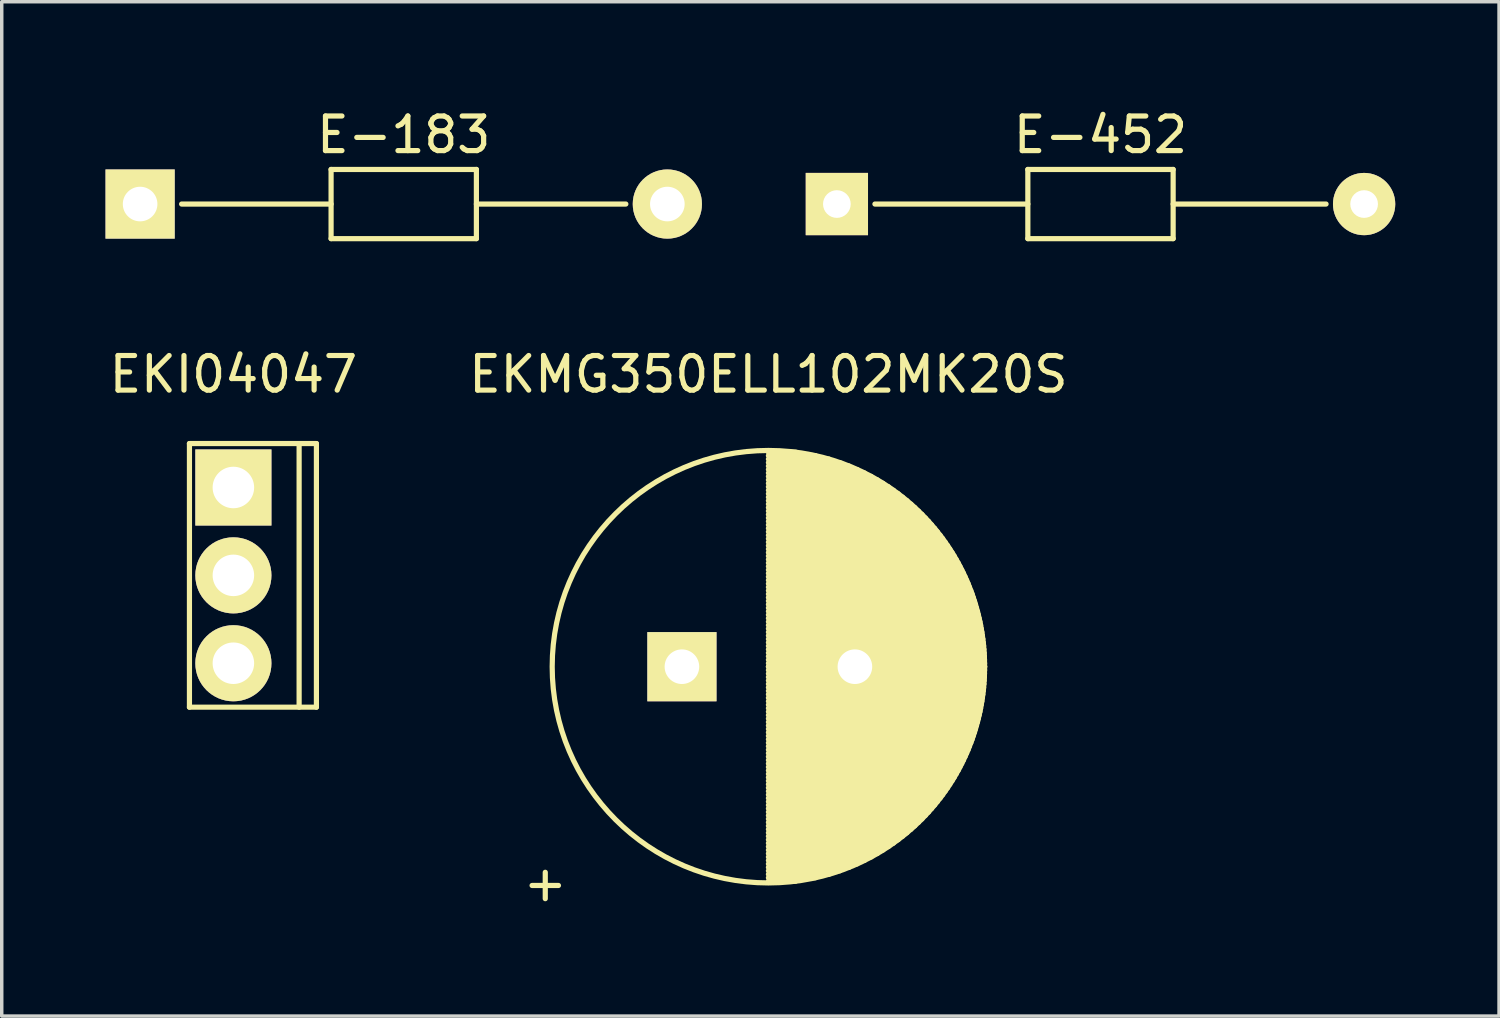
<source format=kicad_pcb>
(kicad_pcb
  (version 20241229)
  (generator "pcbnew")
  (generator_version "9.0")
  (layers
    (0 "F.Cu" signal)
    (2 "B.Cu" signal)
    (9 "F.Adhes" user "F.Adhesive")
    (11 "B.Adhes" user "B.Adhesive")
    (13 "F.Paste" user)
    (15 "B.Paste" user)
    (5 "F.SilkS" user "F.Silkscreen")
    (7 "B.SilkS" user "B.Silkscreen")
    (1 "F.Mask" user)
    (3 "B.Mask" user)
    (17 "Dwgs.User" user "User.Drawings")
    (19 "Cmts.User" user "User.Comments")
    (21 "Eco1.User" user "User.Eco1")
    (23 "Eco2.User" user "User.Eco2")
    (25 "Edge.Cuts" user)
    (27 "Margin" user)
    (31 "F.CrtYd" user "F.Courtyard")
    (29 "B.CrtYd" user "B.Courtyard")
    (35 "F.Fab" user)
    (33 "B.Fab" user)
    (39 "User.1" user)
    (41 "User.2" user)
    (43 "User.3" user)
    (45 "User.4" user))
  (footprint "EKMG350ELL102MK20S"
    (layer "F.Cu")
    (at 16.661 16.221)
    (property "Reference" "EKMG350ELL102MK20S" (at 2.5 -8.45 0) (layer "F.SilkS") (effects (font (size 1 1) (thickness 0.15))))
    (attr through_hole)
    (fp_line (start 2.5 -6.2) (end 3.289 -6.2) (stroke (width 0.15) (type solid)) (layer "F.SilkS"))
    (fp_line (start 2.5 -6.1) (end 3.861 -6.1) (stroke (width 0.15) (type solid)) (layer "F.SilkS"))
    (fp_line (start 2.5 -6) (end 4.25 -6) (stroke (width 0.15) (type solid)) (layer "F.SilkS"))
    (fp_line (start 2.5 -5.9) (end 4.562 -5.9) (stroke (width 0.15) (type solid)) (layer "F.SilkS"))
    (fp_line (start 2.5 -5.8) (end 4.829 -5.8) (stroke (width 0.15) (type solid)) (layer "F.SilkS"))
    (fp_line (start 2.5 -5.7) (end 5.064 -5.7) (stroke (width 0.15) (type solid)) (layer "F.SilkS"))
    (fp_line (start 2.5 -5.6) (end 5.275 -5.6) (stroke (width 0.15) (type solid)) (layer "F.SilkS"))
    (fp_line (start 2.5 -5.5) (end 5.469 -5.5) (stroke (width 0.15) (type solid)) (layer "F.SilkS"))
    (fp_line (start 2.5 -5.4) (end 5.647 -5.4) (stroke (width 0.15) (type solid)) (layer "F.SilkS"))
    (fp_line (start 2.5 -5.3) (end 5.812 -5.3) (stroke (width 0.15) (type solid)) (layer "F.SilkS"))
    (fp_line (start 2.5 -5.2) (end 5.967 -5.2) (stroke (width 0.15) (type solid)) (layer "F.SilkS"))
    (fp_line (start 2.5 -5.1) (end 6.113 -5.1) (stroke (width 0.15) (type solid)) (layer "F.SilkS"))
    (fp_line (start 2.5 -5) (end 6.25 -5) (stroke (width 0.15) (type solid)) (layer "F.SilkS"))
    (fp_line (start 2.5 -4.9) (end 6.38 -4.9) (stroke (width 0.15) (type solid)) (layer "F.SilkS"))
    (fp_line (start 2.5 -4.8) (end 6.503 -4.8) (stroke (width 0.15) (type solid)) (layer "F.SilkS"))
    (fp_line (start 2.5 -4.7) (end 6.62 -4.7) (stroke (width 0.15) (type solid)) (layer "F.SilkS"))
    (fp_line (start 2.5 -4.6) (end 6.731 -4.6) (stroke (width 0.15) (type solid)) (layer "F.SilkS"))
    (fp_line (start 2.5 -4.5) (end 6.837 -4.5) (stroke (width 0.15) (type solid)) (layer "F.SilkS"))
    (fp_line (start 2.5 -4.4) (end 6.939 -4.4) (stroke (width 0.15) (type solid)) (layer "F.SilkS"))
    (fp_line (start 2.5 -4.3) (end 7.036 -4.3) (stroke (width 0.15) (type solid)) (layer "F.SilkS"))
    (fp_line (start 2.5 -4.2) (end 7.128 -4.2) (stroke (width 0.15) (type solid)) (layer "F.SilkS"))
    (fp_line (start 2.5 -4.1) (end 7.217 -4.1) (stroke (width 0.15) (type solid)) (layer "F.SilkS"))
    (fp_line (start 2.5 -4) (end 7.302 -4) (stroke (width 0.15) (type solid)) (layer "F.SilkS"))
    (fp_line (start 2.5 -3.9) (end 7.384 -3.9) (stroke (width 0.15) (type solid)) (layer "F.SilkS"))
    (fp_line (start 2.5 -3.8) (end 7.462 -3.8) (stroke (width 0.15) (type solid)) (layer "F.SilkS"))
    (fp_line (start 2.5 -3.7) (end 7.537 -3.7) (stroke (width 0.15) (type solid)) (layer "F.SilkS"))
    (fp_line (start 2.5 -3.6) (end 7.609 -3.6) (stroke (width 0.15) (type solid)) (layer "F.SilkS"))
    (fp_line (start 2.5 -3.5) (end 7.678 -3.5) (stroke (width 0.15) (type solid)) (layer "F.SilkS"))
    (fp_line (start 2.5 -3.4) (end 7.744 -3.4) (stroke (width 0.15) (type solid)) (layer "F.SilkS"))
    (fp_line (start 2.5 -3.3) (end 7.808 -3.3) (stroke (width 0.15) (type solid)) (layer "F.SilkS"))
    (fp_line (start 2.5 -3.2) (end 7.869 -3.2) (stroke (width 0.15) (type solid)) (layer "F.SilkS"))
    (fp_line (start 2.5 -3.1) (end 7.927 -3.1) (stroke (width 0.15) (type solid)) (layer "F.SilkS"))
    (fp_line (start 2.5 -3) (end 7.983 -3) (stroke (width 0.15) (type solid)) (layer "F.SilkS"))
    (fp_line (start 2.5 -2.9) (end 8.036 -2.9) (stroke (width 0.15) (type solid)) (layer "F.SilkS"))
    (fp_line (start 2.5 -2.8) (end 8.088 -2.8) (stroke (width 0.15) (type solid)) (layer "F.SilkS"))
    (fp_line (start 2.5 -2.7) (end 8.137 -2.7) (stroke (width 0.15) (type solid)) (layer "F.SilkS"))
    (fp_line (start 2.5 -2.6) (end 8.184 -2.6) (stroke (width 0.15) (type solid)) (layer "F.SilkS"))
    (fp_line (start 2.5 -2.5) (end 8.228 -2.5) (stroke (width 0.15) (type solid)) (layer "F.SilkS"))
    (fp_line (start 2.5 -2.4) (end 8.271 -2.4) (stroke (width 0.15) (type solid)) (layer "F.SilkS"))
    (fp_line (start 2.5 -2.3) (end 8.311 -2.3) (stroke (width 0.15) (type solid)) (layer "F.SilkS"))
    (fp_line (start 2.5 -2.2) (end 8.35 -2.2) (stroke (width 0.15) (type solid)) (layer "F.SilkS"))
    (fp_line (start 2.5 -2.1) (end 8.387 -2.1) (stroke (width 0.15) (type solid)) (layer "F.SilkS"))
    (fp_line (start 2.5 -2) (end 8.421 -2) (stroke (width 0.15) (type solid)) (layer "F.SilkS"))
    (fp_line (start 2.5 -1.9) (end 8.454 -1.9) (stroke (width 0.15) (type solid)) (layer "F.SilkS"))
    (fp_line (start 2.5 -1.8) (end 8.485 -1.8) (stroke (width 0.15) (type solid)) (layer "F.SilkS"))
    (fp_line (start 2.5 -1.7) (end 8.514 -1.7) (stroke (width 0.15) (type solid)) (layer "F.SilkS"))
    (fp_line (start 2.5 -1.6) (end 8.542 -1.6) (stroke (width 0.15) (type solid)) (layer "F.SilkS"))
    (fp_line (start 2.5 -1.5) (end 8.567 -1.5) (stroke (width 0.15) (type solid)) (layer "F.SilkS"))
    (fp_line (start 2.5 -1.4) (end 8.591 -1.4) (stroke (width 0.15) (type solid)) (layer "F.SilkS"))
    (fp_line (start 2.5 -1.3) (end 8.613 -1.3) (stroke (width 0.15) (type solid)) (layer "F.SilkS"))
    (fp_line (start 2.5 -1.2) (end 8.634 -1.2) (stroke (width 0.15) (type solid)) (layer "F.SilkS"))
    (fp_line (start 2.5 -1.1) (end 8.652 -1.1) (stroke (width 0.15) (type solid)) (layer "F.SilkS"))
    (fp_line (start 2.5 -1) (end 8.669 -1) (stroke (width 0.15) (type solid)) (layer "F.SilkS"))
    (fp_line (start 2.5 -0.9) (end 8.685 -0.9) (stroke (width 0.15) (type solid)) (layer "F.SilkS"))
    (fp_line (start 2.5 -0.8) (end 8.699 -0.8) (stroke (width 0.15) (type solid)) (layer "F.SilkS"))
    (fp_line (start 2.5 -0.7) (end 8.711 -0.7) (stroke (width 0.15) (type solid)) (layer "F.SilkS"))
    (fp_line (start 2.5 -0.6) (end 8.721 -0.6) (stroke (width 0.15) (type solid)) (layer "F.SilkS"))
    (fp_line (start 2.5 -0.5) (end 8.73 -0.5) (stroke (width 0.15) (type solid)) (layer "F.SilkS"))
    (fp_line (start 2.5 -0.4) (end 8.737 -0.4) (stroke (width 0.15) (type solid)) (layer "F.SilkS"))
    (fp_line (start 2.5 -0.3) (end 8.743 -0.3) (stroke (width 0.15) (type solid)) (layer "F.SilkS"))
    (fp_line (start 2.5 -0.2) (end 8.747 -0.2) (stroke (width 0.15) (type solid)) (layer "F.SilkS"))
    (fp_line (start 2.5 -0.1) (end 8.749 -0.1) (stroke (width 0.15) (type solid)) (layer "F.SilkS"))
    (fp_line (start 2.5 0) (end 8.75 0) (stroke (width 0.15) (type solid)) (layer "F.SilkS"))
    (fp_line (start 2.5 0) (end 8.75 0) (stroke (width 0.15) (type solid)) (layer "F.SilkS"))
    (fp_line (start 2.5 0.1) (end 8.749 0.1) (stroke (width 0.15) (type solid)) (layer "F.SilkS"))
    (fp_line (start 2.5 0.2) (end 8.747 0.2) (stroke (width 0.15) (type solid)) (layer "F.SilkS"))
    (fp_line (start 2.5 0.3) (end 8.743 0.3) (stroke (width 0.15) (type solid)) (layer "F.SilkS"))
    (fp_line (start 2.5 0.4) (end 8.737 0.4) (stroke (width 0.15) (type solid)) (layer "F.SilkS"))
    (fp_line (start 2.5 0.5) (end 8.73 0.5) (stroke (width 0.15) (type solid)) (layer "F.SilkS"))
    (fp_line (start 2.5 0.6) (end 8.721 0.6) (stroke (width 0.15) (type solid)) (layer "F.SilkS"))
    (fp_line (start 2.5 0.7) (end 8.711 0.7) (stroke (width 0.15) (type solid)) (layer "F.SilkS"))
    (fp_line (start 2.5 0.8) (end 8.699 0.8) (stroke (width 0.15) (type solid)) (layer "F.SilkS"))
    (fp_line (start 2.5 0.9) (end 8.685 0.9) (stroke (width 0.15) (type solid)) (layer "F.SilkS"))
    (fp_line (start 2.5 1) (end 8.669 1) (stroke (width 0.15) (type solid)) (layer "F.SilkS"))
    (fp_line (start 2.5 1.1) (end 8.652 1.1) (stroke (width 0.15) (type solid)) (layer "F.SilkS"))
    (fp_line (start 2.5 1.2) (end 8.634 1.2) (stroke (width 0.15) (type solid)) (layer "F.SilkS"))
    (fp_line (start 2.5 1.3) (end 8.613 1.3) (stroke (width 0.15) (type solid)) (layer "F.SilkS"))
    (fp_line (start 2.5 1.4) (end 8.591 1.4) (stroke (width 0.15) (type solid)) (layer "F.SilkS"))
    (fp_line (start 2.5 1.5) (end 8.567 1.5) (stroke (width 0.15) (type solid)) (layer "F.SilkS"))
    (fp_line (start 2.5 1.6) (end 8.542 1.6) (stroke (width 0.15) (type solid)) (layer "F.SilkS"))
    (fp_line (start 2.5 1.7) (end 8.514 1.7) (stroke (width 0.15) (type solid)) (layer "F.SilkS"))
    (fp_line (start 2.5 1.8) (end 8.485 1.8) (stroke (width 0.15) (type solid)) (layer "F.SilkS"))
    (fp_line (start 2.5 1.9) (end 8.454 1.9) (stroke (width 0.15) (type solid)) (layer "F.SilkS"))
    (fp_line (start 2.5 2) (end 8.421 2) (stroke (width 0.15) (type solid)) (layer "F.SilkS"))
    (fp_line (start 2.5 2.1) (end 8.387 2.1) (stroke (width 0.15) (type solid)) (layer "F.SilkS"))
    (fp_line (start 2.5 2.2) (end 8.35 2.2) (stroke (width 0.15) (type solid)) (layer "F.SilkS"))
    (fp_line (start 2.5 2.3) (end 8.311 2.3) (stroke (width 0.15) (type solid)) (layer "F.SilkS"))
    (fp_line (start 2.5 2.4) (end 8.271 2.4) (stroke (width 0.15) (type solid)) (layer "F.SilkS"))
    (fp_line (start 2.5 2.5) (end 8.228 2.5) (stroke (width 0.15) (type solid)) (layer "F.SilkS"))
    (fp_line (start 2.5 2.6) (end 8.184 2.6) (stroke (width 0.15) (type solid)) (layer "F.SilkS"))
    (fp_line (start 2.5 2.7) (end 8.137 2.7) (stroke (width 0.15) (type solid)) (layer "F.SilkS"))
    (fp_line (start 2.5 2.8) (end 8.088 2.8) (stroke (width 0.15) (type solid)) (layer "F.SilkS"))
    (fp_line (start 2.5 2.9) (end 8.036 2.9) (stroke (width 0.15) (type solid)) (layer "F.SilkS"))
    (fp_line (start 2.5 3) (end 7.983 3) (stroke (width 0.15) (type solid)) (layer "F.SilkS"))
    (fp_line (start 2.5 3.1) (end 7.927 3.1) (stroke (width 0.15) (type solid)) (layer "F.SilkS"))
    (fp_line (start 2.5 3.2) (end 7.869 3.2) (stroke (width 0.15) (type solid)) (layer "F.SilkS"))
    (fp_line (start 2.5 3.3) (end 7.808 3.3) (stroke (width 0.15) (type solid)) (layer "F.SilkS"))
    (fp_line (start 2.5 3.4) (end 7.744 3.4) (stroke (width 0.15) (type solid)) (layer "F.SilkS"))
    (fp_line (start 2.5 3.5) (end 7.678 3.5) (stroke (width 0.15) (type solid)) (layer "F.SilkS"))
    (fp_line (start 2.5 3.6) (end 7.609 3.6) (stroke (width 0.15) (type solid)) (layer "F.SilkS"))
    (fp_line (start 2.5 3.7) (end 7.537 3.7) (stroke (width 0.15) (type solid)) (layer "F.SilkS"))
    (fp_line (start 2.5 3.8) (end 7.462 3.8) (stroke (width 0.15) (type solid)) (layer "F.SilkS"))
    (fp_line (start 2.5 3.9) (end 7.384 3.9) (stroke (width 0.15) (type solid)) (layer "F.SilkS"))
    (fp_line (start 2.5 4) (end 7.302 4) (stroke (width 0.15) (type solid)) (layer "F.SilkS"))
    (fp_line (start 2.5 4.1) (end 7.217 4.1) (stroke (width 0.15) (type solid)) (layer "F.SilkS"))
    (fp_line (start 2.5 4.2) (end 7.128 4.2) (stroke (width 0.15) (type solid)) (layer "F.SilkS"))
    (fp_line (start 2.5 4.3) (end 7.036 4.3) (stroke (width 0.15) (type solid)) (layer "F.SilkS"))
    (fp_line (start 2.5 4.4) (end 6.939 4.4) (stroke (width 0.15) (type solid)) (layer "F.SilkS"))
    (fp_line (start 2.5 4.5) (end 6.837 4.5) (stroke (width 0.15) (type solid)) (layer "F.SilkS"))
    (fp_line (start 2.5 4.6) (end 6.731 4.6) (stroke (width 0.15) (type solid)) (layer "F.SilkS"))
    (fp_line (start 2.5 4.7) (end 6.62 4.7) (stroke (width 0.15) (type solid)) (layer "F.SilkS"))
    (fp_line (start 2.5 4.8) (end 6.503 4.8) (stroke (width 0.15) (type solid)) (layer "F.SilkS"))
    (fp_line (start 2.5 4.9) (end 6.38 4.9) (stroke (width 0.15) (type solid)) (layer "F.SilkS"))
    (fp_line (start 2.5 5) (end 6.25 5) (stroke (width 0.15) (type solid)) (layer "F.SilkS"))
    (fp_line (start 2.5 5.1) (end 6.113 5.1) (stroke (width 0.15) (type solid)) (layer "F.SilkS"))
    (fp_line (start 2.5 5.2) (end 5.967 5.2) (stroke (width 0.15) (type solid)) (layer "F.SilkS"))
    (fp_line (start 2.5 5.3) (end 5.812 5.3) (stroke (width 0.15) (type solid)) (layer "F.SilkS"))
    (fp_line (start 2.5 5.4) (end 5.647 5.4) (stroke (width 0.15) (type solid)) (layer "F.SilkS"))
    (fp_line (start 2.5 5.5) (end 5.469 5.5) (stroke (width 0.15) (type solid)) (layer "F.SilkS"))
    (fp_line (start 2.5 5.6) (end 5.275 5.6) (stroke (width 0.15) (type solid)) (layer "F.SilkS"))
    (fp_line (start 2.5 5.7) (end 5.064 5.7) (stroke (width 0.15) (type solid)) (layer "F.SilkS"))
    (fp_line (start 2.5 5.8) (end 4.829 5.8) (stroke (width 0.15) (type solid)) (layer "F.SilkS"))
    (fp_line (start 2.5 5.9) (end 4.562 5.9) (stroke (width 0.15) (type solid)) (layer "F.SilkS"))
    (fp_line (start 2.5 6) (end 4.25 6) (stroke (width 0.15) (type solid)) (layer "F.SilkS"))
    (fp_line (start 2.5 6.1) (end 3.861 6.1) (stroke (width 0.15) (type solid)) (layer "F.SilkS"))
    (fp_line (start 2.5 6.2) (end 3.289 6.2) (stroke (width 0.15) (type solid)) (layer "F.SilkS"))
    (fp_circle (center 2.5 0) (end 2.5 -6.25) (stroke (width 0.15) (type solid)) (fill no) (layer "F.SilkS"))
    (fp_text user "+" (at -3.95 6.25 0) (layer "F.SilkS") (effects (font (size 1 1) (thickness 0.15))))
    (pad "1" thru_hole rect (at 0 0) (size 2 2) (drill 1) (layers "*.Cu" "*.Mask" "F.SilkS"))
    (pad "2" thru_hole circle (at 5 0) (size 2 2) (drill 1) (layers "*.Cu" "*.Mask" "F.SilkS")))
  (footprint "E-452"
    (layer "F.Cu")
    (at 21.14 2.848)
    (property "Reference" "E-452" (at 7.62 -2 0) (layer "F.SilkS") (effects (font (size 1 1) (thickness 0.15))))
    (attr through_hole)
    (fp_line (start 1.1 0) (end 5.52 0) (stroke (width 0.15) (type solid)) (layer "F.SilkS"))
    (fp_line (start 5.52 -1) (end 5.52 1) (stroke (width 0.15) (type solid)) (layer "F.SilkS"))
    (fp_line (start 5.52 -1) (end 9.72 -1) (stroke (width 0.15) (type solid)) (layer "F.SilkS"))
    (fp_line (start 5.52 1) (end 9.72 1) (stroke (width 0.15) (type solid)) (layer "F.SilkS"))
    (fp_line (start 9.72 0) (end 14.14 0) (stroke (width 0.15) (type solid)) (layer "F.SilkS"))
    (fp_line (start 9.72 1) (end 9.72 -1) (stroke (width 0.15) (type solid)) (layer "F.SilkS"))
    (pad "1" thru_hole rect (at 0 0) (size 1.8 1.8) (drill 0.8) (layers "*.Cu" "*.Mask" "F.SilkS"))
    (pad "2" thru_hole circle (at 15.24 0) (size 1.8 1.8) (drill 0.8) (layers "*.Cu" "*.Mask" "F.SilkS")))
  (footprint "E-183"
    (layer "F.Cu")
    (at 1 2.848)
    (property "Reference" "E-183" (at 7.62 -2 0) (layer "F.SilkS") (effects (font (size 1 1) (thickness 0.15))))
    (attr through_hole)
    (fp_line (start 1.2 0) (end 5.52 0) (stroke (width 0.15) (type solid)) (layer "F.SilkS"))
    (fp_line (start 5.52 -1) (end 5.52 1) (stroke (width 0.15) (type solid)) (layer "F.SilkS"))
    (fp_line (start 5.52 -1) (end 9.72 -1) (stroke (width 0.15) (type solid)) (layer "F.SilkS"))
    (fp_line (start 5.52 1) (end 9.72 1) (stroke (width 0.15) (type solid)) (layer "F.SilkS"))
    (fp_line (start 9.72 0) (end 14.04 0) (stroke (width 0.15) (type solid)) (layer "F.SilkS"))
    (fp_line (start 9.72 1) (end 9.72 -1) (stroke (width 0.15) (type solid)) (layer "F.SilkS"))
    (pad "1" thru_hole rect (at 0 0) (size 2 2) (drill 1) (layers "*.Cu" "*.Mask" "F.SilkS"))
    (pad "2" thru_hole circle (at 15.24 0) (size 2 2) (drill 1) (layers "*.Cu" "*.Mask" "F.SilkS")))
  (footprint "EKI04047"
    (layer "F.Cu")
    (at 3.696 11.041)
    (property "Reference" "EKI04047" (at 0 -3.27 0) (layer "F.SilkS") (effects (font (size 1 1) (thickness 0.15))))
    (attr through_hole)
    (fp_line (start -1.27 -1.27) (end -1.27 6.35) (stroke (width 0.15) (type solid)) (layer "F.SilkS"))
    (fp_line (start -1.27 -1.27) (end 2.4 -1.27) (stroke (width 0.15) (type solid)) (layer "F.SilkS"))
    (fp_line (start -1.27 6.35) (end 2.4 6.35) (stroke (width 0.15) (type solid)) (layer "F.SilkS"))
    (fp_line (start 1.9 -1.27) (end 1.9 6.35) (stroke (width 0.15) (type solid)) (layer "F.SilkS"))
    (fp_line (start 2.4 -1.27) (end 2.4 6.35) (stroke (width 0.15) (type solid)) (layer "F.SilkS"))
    (pad "1" thru_hole rect (at 0 0) (size 2.2 2.2) (drill 1.2) (layers "*.Cu" "*.Mask" "F.SilkS"))
    (pad "2" thru_hole circle (at 0 2.54) (size 2.2 2.2) (drill 1.2) (layers "*.Cu" "*.Mask" "F.SilkS"))
    (pad "3" thru_hole circle (at 0 5.08) (size 2.2 2.2) (drill 1.2) (layers "*.Cu" "*.Mask" "F.SilkS")))
  (gr_rect
    (start -3 -3)
    (end 40.28 26.32)
    (stroke (width 0.1) (type default))
    (fill no)
    (layer "Edge.Cuts")))
</source>
